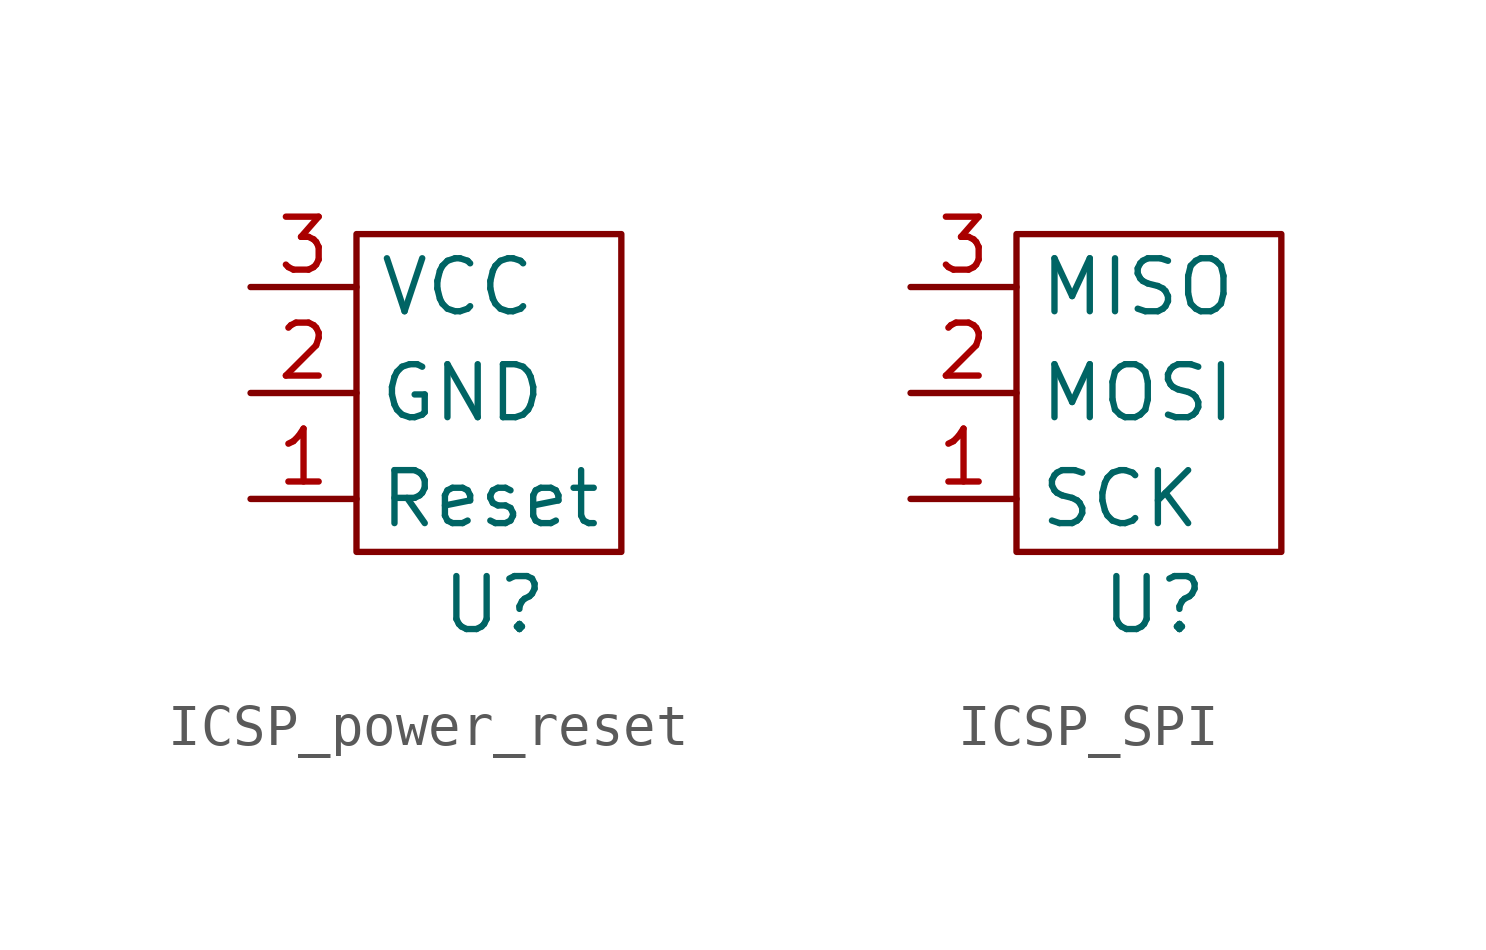
<source format=kicad_sym>
(kicad_symbol_lib
  (version 20231120)
  (generator "kicad_symbol_editor")
  (generator_version "8.0")
  (symbol "ICSP_power_reset"
    (property "Reference" "U"
      (at 0.762 -1.27 0)
      (effects (font (size 1.27 1.27))))
    (property "Value" ""
      (at 0 0 0)
      (effects (font (size 1.27 1.27))))
    (symbol "ICSP_power_reset_0_1"
      (rectangle (start -2.54 7.62) (end 3.81 0) (stroke (width 0) (type default)) (fill (type none))))
    (symbol "ICSP_power_reset_1_1"
      (pin passive line (at -5.08 1.27 0) (length 2.54) (name "Reset" (effects (font (size 1.27 1.27)))) (number "1" (effects (font (size 1.27 1.27)))))
      (pin passive line (at -5.08 3.81 0) (length 2.54) (name "GND" (effects (font (size 1.27 1.27)))) (number "2" (effects (font (size 1.27 1.27)))))
      (pin passive line (at -5.08 6.35 0) (length 2.54) (name "VCC" (effects (font (size 1.27 1.27)))) (number "3" (effects (font (size 1.27 1.27)))))))
  (symbol "ICSP_SPI"
    (property "Reference" "U"
      (at 0.762 -1.27 0)
      (effects (font (size 1.27 1.27))))
    (property "Value" ""
      (at 0 0 0)
      (effects (font (size 1.27 1.27))))
    (symbol "ICSP_SPI_0_1"
      (rectangle (start -2.54 7.62) (end 3.81 0) (stroke (width 0) (type default)) (fill (type none))))
    (symbol "ICSP_SPI_1_1"
      (pin passive line (at -5.08 1.27 0) (length 2.54) (name "SCK" (effects (font (size 1.27 1.27)))) (number "1" (effects (font (size 1.27 1.27)))))
      (pin passive line (at -5.08 3.81 0) (length 2.54) (name "MOSI" (effects (font (size 1.27 1.27)))) (number "2" (effects (font (size 1.27 1.27)))))
      (pin passive line (at -5.08 6.35 0) (length 2.54) (name "MISO" (effects (font (size 1.27 1.27)))) (number "3" (effects (font (size 1.27 1.27))))))))
</source>
